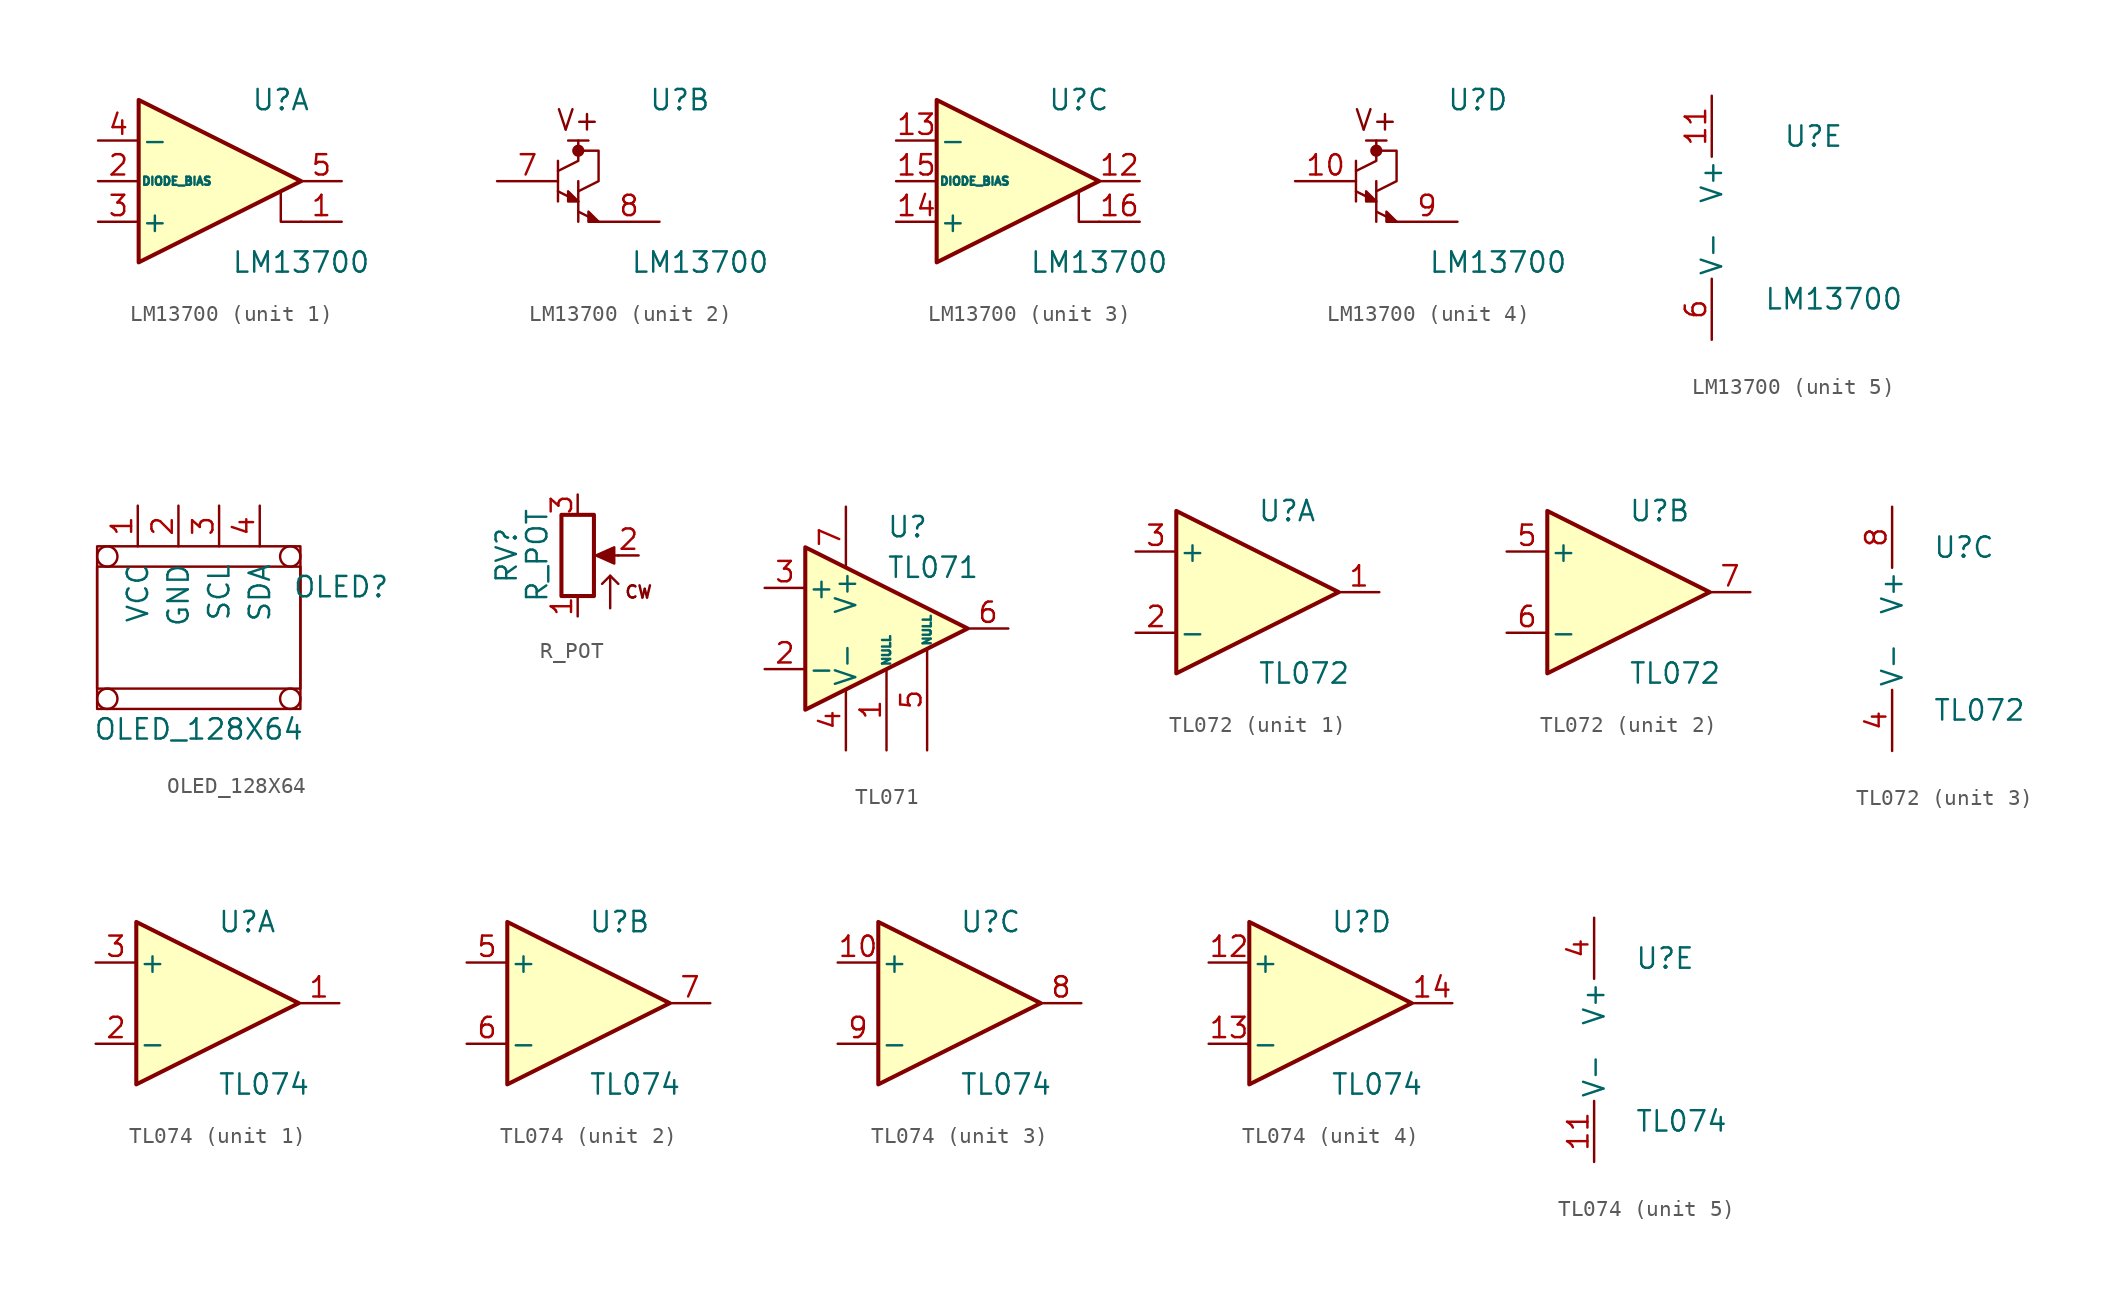
<source format=kicad_sym>
(kicad_symbol_lib
  (version 20211014)
  (generator kicad_symbol_editor)
  (symbol "LM13700"
    (pin_names
      (offset 0.127))
    (property "Reference" "U"
      (at 3.81 5.08 0)
      (effects (font (size 1.27 1.27))))
    (property "Value" "LM13700"
      (at 5.08 -5.08 0)
      (effects (font (size 1.27 1.27))))
    (property "ki_locked" ""
      (at 0 0 0)
      (effects (font (size 1.27 1.27))))
    (symbol "LM13700_1_1"
      (polyline (pts (xy 3.81 -0.635) (xy 3.81 -2.54) (xy 5.08 -2.54)) (stroke (width 0) (type default) (color 0 0 0 0)) (fill (type none)))
      (polyline (pts (xy 5.08 0) (xy -5.08 -5.08) (xy -5.08 5.08) (xy 5.08 0)) (stroke (width 0.254) (type default) (color 0 0 0 0)) (fill (type background)))
      (pin input line (at 7.62 -2.54 180) (length 2.54) (name "~" (effects (font (size 1.27 1.27)))) (number "1" (effects (font (size 1.27 1.27)))))
      (pin input line (at -7.62 0 0) (length 2.54) (name "DIODE_BIAS" (effects (font (size 0.508 0.508)))) (number "2" (effects (font (size 1.27 1.27)))))
      (pin input line (at -7.62 -2.54 0) (length 2.54) (name "+" (effects (font (size 1.27 1.27)))) (number "3" (effects (font (size 1.27 1.27)))))
      (pin input line (at -7.62 2.54 0) (length 2.54) (name "-" (effects (font (size 1.27 1.27)))) (number "4" (effects (font (size 1.27 1.27)))))
      (pin output line (at 7.62 0 180) (length 2.54) (name "~" (effects (font (size 1.27 1.27)))) (number "5" (effects (font (size 1.27 1.27))))))
    (symbol "LM13700_2_0"
      (polyline (pts (xy -1.905 2.54) (xy -3.175 2.54)) (stroke (width 0) (type default) (color 0 0 0 0)) (fill (type none))))
    (symbol "LM13700_2_1"
      (circle (center -2.54 1.905) (radius 0.254) (stroke (width 0.254) (type default) (color 0 0 0 0)) (fill (type outline)))
      (polyline (pts (xy -3.81 -0.635) (xy -2.54 -1.27)) (stroke (width 0) (type default) (color 0 0 0 0)) (fill (type none)))
      (polyline (pts (xy -3.81 1.27) (xy -3.81 -1.27)) (stroke (width 0) (type default) (color 0 0 0 0)) (fill (type none)))
      (polyline (pts (xy -2.54 -1.905) (xy -1.27 -2.54)) (stroke (width 0) (type default) (color 0 0 0 0)) (fill (type none)))
      (polyline (pts (xy -2.54 0) (xy -2.54 -2.54)) (stroke (width 0) (type default) (color 0 0 0 0)) (fill (type none)))
      (polyline (pts (xy -3.81 0.635) (xy -2.54 1.27) (xy -2.54 1.905) (xy -2.54 2.54)) (stroke (width 0) (type default) (color 0 0 0 0)) (fill (type none)))
      (polyline (pts (xy -2.54 -1.27) (xy -3.175 -0.635) (xy -3.175 -1.27) (xy -2.54 -1.27)) (stroke (width 0) (type default) (color 0 0 0 0)) (fill (type outline)))
      (polyline (pts (xy -2.54 -0.635) (xy -1.27 0) (xy -1.27 1.905) (xy -2.54 1.905)) (stroke (width 0) (type default) (color 0 0 0 0)) (fill (type none)))
      (polyline (pts (xy -1.27 -2.54) (xy -1.905 -1.905) (xy -1.905 -2.54) (xy -1.27 -2.54)) (stroke (width 0) (type default) (color 0 0 0 0)) (fill (type outline)))
      (text "V+" (at -2.54 3.81 0) (effects (font (size 1.27 1.27))))
      (pin input line (at -7.62 0 0) (length 3.81) (name "~" (effects (font (size 1.27 1.27)))) (number "7" (effects (font (size 1.27 1.27)))))
      (pin output line (at 2.54 -2.54 180) (length 3.81) (name "~" (effects (font (size 1.27 1.27)))) (number "8" (effects (font (size 1.27 1.27))))))
    (symbol "LM13700_3_1"
      (polyline (pts (xy 3.81 -0.635) (xy 3.81 -2.54) (xy 5.08 -2.54)) (stroke (width 0) (type default) (color 0 0 0 0)) (fill (type none)))
      (polyline (pts (xy 5.08 0) (xy -5.08 -5.08) (xy -5.08 5.08) (xy 5.08 0)) (stroke (width 0.254) (type default) (color 0 0 0 0)) (fill (type background)))
      (pin output line (at 7.62 0 180) (length 2.54) (name "~" (effects (font (size 1.27 1.27)))) (number "12" (effects (font (size 1.27 1.27)))))
      (pin input line (at -7.62 2.54 0) (length 2.54) (name "-" (effects (font (size 1.27 1.27)))) (number "13" (effects (font (size 1.27 1.27)))))
      (pin input line (at -7.62 -2.54 0) (length 2.54) (name "+" (effects (font (size 1.27 1.27)))) (number "14" (effects (font (size 1.27 1.27)))))
      (pin input line (at -7.62 0 0) (length 2.54) (name "DIODE_BIAS" (effects (font (size 0.508 0.508)))) (number "15" (effects (font (size 1.27 1.27)))))
      (pin input line (at 7.62 -2.54 180) (length 2.54) (name "~" (effects (font (size 1.27 1.27)))) (number "16" (effects (font (size 1.27 1.27))))))
    (symbol "LM13700_4_0"
      (polyline (pts (xy -3.175 2.54) (xy -1.905 2.54)) (stroke (width 0) (type default) (color 0 0 0 0)) (fill (type none)))
      (text "V+" (at -2.54 3.81 0) (effects (font (size 1.27 1.27)))))
    (symbol "LM13700_4_1"
      (circle (center -2.54 1.905) (radius 0.254) (stroke (width 0.254) (type default) (color 0 0 0 0)) (fill (type outline)))
      (polyline (pts (xy -3.81 -0.635) (xy -2.54 -1.27)) (stroke (width 0) (type default) (color 0 0 0 0)) (fill (type none)))
      (polyline (pts (xy -3.81 1.27) (xy -3.81 -1.27)) (stroke (width 0) (type default) (color 0 0 0 0)) (fill (type none)))
      (polyline (pts (xy -2.54 -1.905) (xy -1.27 -2.54)) (stroke (width 0) (type default) (color 0 0 0 0)) (fill (type none)))
      (polyline (pts (xy -2.54 0) (xy -2.54 -2.54)) (stroke (width 0) (type default) (color 0 0 0 0)) (fill (type none)))
      (polyline (pts (xy -3.81 0.635) (xy -2.54 1.27) (xy -2.54 2.54)) (stroke (width 0) (type default) (color 0 0 0 0)) (fill (type none)))
      (polyline (pts (xy -2.54 -1.27) (xy -3.175 -0.635) (xy -3.175 -1.27) (xy -2.54 -1.27)) (stroke (width 0) (type default) (color 0 0 0 0)) (fill (type outline)))
      (polyline (pts (xy -2.54 -0.635) (xy -1.27 0) (xy -1.27 1.905) (xy -2.54 1.905)) (stroke (width 0) (type default) (color 0 0 0 0)) (fill (type none)))
      (polyline (pts (xy -1.27 -2.54) (xy -1.905 -1.905) (xy -1.905 -2.54) (xy -1.27 -2.54)) (stroke (width 0) (type default) (color 0 0 0 0)) (fill (type outline)))
      (pin input line (at -7.62 0 0) (length 3.81) (name "~" (effects (font (size 1.27 1.27)))) (number "10" (effects (font (size 1.27 1.27)))))
      (pin output line (at 2.54 -2.54 180) (length 3.81) (name "~" (effects (font (size 1.27 1.27)))) (number "9" (effects (font (size 1.27 1.27))))))
    (symbol "LM13700_5_1"
      (pin power_in line (at -2.54 7.62 270) (length 3.81) (name "V+" (effects (font (size 1.27 1.27)))) (number "11" (effects (font (size 1.27 1.27)))))
      (pin power_in line (at -2.54 -7.62 90) (length 3.81) (name "V-" (effects (font (size 1.27 1.27)))) (number "6" (effects (font (size 1.27 1.27)))))))
  (symbol "OLED_128X64"
    (pin_names
      (offset 1.016))
    (property "Reference" "OLED"
      (at 8.89 2.54 0)
      (effects (font (size 1.27 1.27))))
    (property "Value" "OLED_128X64"
      (at 0 -6.35 0)
      (effects (font (size 1.27 1.27))))
    (symbol "OLED_128X64_0_1"
      (rectangle (start -6.35 5.08) (end 6.35 -5.08) (stroke (width 0) (type default) (color 0 0 0 0)) (fill (type none)))
      (circle (center -5.715 -4.445) (radius 0.635) (stroke (width 0) (type default) (color 0 0 0 0)) (fill (type none)))
      (circle (center -5.715 4.445) (radius 0.635) (stroke (width 0) (type default) (color 0 0 0 0)) (fill (type none)))
      (circle (center 5.715 -4.445) (radius 0.635) (stroke (width 0) (type default) (color 0 0 0 0)) (fill (type none)))
      (circle (center 5.715 4.445) (radius 0.635) (stroke (width 0) (type default) (color 0 0 0 0)) (fill (type none)))
      (rectangle (start 6.35 3.81) (end -6.35 -3.81) (stroke (width 0) (type default) (color 0 0 0 0)) (fill (type none))))
    (symbol "OLED_128X64_1_1"
      (pin power_in line (at -3.81 7.62 270) (length 2.54) (name "VCC" (effects (font (size 1.27 1.27)))) (number "1" (effects (font (size 1.27 1.27)))))
      (pin power_in line (at -1.27 7.62 270) (length 2.54) (name "GND" (effects (font (size 1.27 1.27)))) (number "2" (effects (font (size 1.27 1.27)))))
      (pin input line (at 1.27 7.62 270) (length 2.54) (name "SCL" (effects (font (size 1.27 1.27)))) (number "3" (effects (font (size 1.27 1.27)))))
      (pin input line (at 3.81 7.62 270) (length 2.54) (name "SDA" (effects (font (size 1.27 1.27)))) (number "4" (effects (font (size 1.27 1.27)))))))
  (symbol "R_POT"
    (pin_names
      (offset 1.016) hide)
    (property "Reference" "RV"
      (at -4.445 0 90)
      (effects (font (size 1.27 1.27))))
    (property "Value" "R_POT"
      (at -2.54 0 90)
      (effects (font (size 1.27 1.27))))
    (symbol "R_POT_0_0"
      (text "CW" (at 3.81 -2.286 0) (effects (font (size 0.762 0.762)))))
    (symbol "R_POT_0_1"
      (rectangle (start -1.016 2.54) (end 1.016 -2.54) (stroke (width 0.254) (type default) (color 0 0 0 0)) (fill (type none)))
      (polyline (pts (xy 2.032 -3.302) (xy 2.032 -1.27)) (stroke (width 0.152) (type default) (color 0 0 0 0)) (fill (type none)))
      (polyline (pts (xy 2.54 0) (xy 1.524 0)) (stroke (width 0) (type default) (color 0 0 0 0)) (fill (type none)))
      (polyline (pts (xy 2.54 -1.778) (xy 2.032 -1.27) (xy 1.524 -1.778)) (stroke (width 0.152) (type default) (color 0 0 0 0)) (fill (type none)))
      (polyline (pts (xy 1.143 0) (xy 2.286 -0.508) (xy 2.286 0.508) (xy 1.143 0)) (stroke (width 0) (type default) (color 0 0 0 0)) (fill (type outline))))
    (symbol "R_POT_1_1"
      (pin passive line (at 0 -3.81 90) (length 1.27) (name "1" (effects (font (size 1.27 1.27)))) (number "1" (effects (font (size 1.27 1.27)))))
      (pin passive line (at 3.81 0 180) (length 1.27) (name "2" (effects (font (size 1.27 1.27)))) (number "2" (effects (font (size 1.27 1.27)))))
      (pin passive line (at 0 3.81 270) (length 1.27) (name "3" (effects (font (size 1.27 1.27)))) (number "3" (effects (font (size 1.27 1.27)))))))
  (symbol "TL071"
    (pin_names
      (offset 0.127))
    (property "Reference" "U"
      (at 0 6.35 0)
      (effects (font (size 1.27 1.27)) (justify left)))
    (property "Value" "TL071"
      (at 0 3.81 0)
      (effects (font (size 1.27 1.27)) (justify left)))
    (symbol "TL071_0_1"
      (polyline (pts (xy -5.08 5.08) (xy 5.08 0) (xy -5.08 -5.08) (xy -5.08 5.08)) (stroke (width 0.254) (type default) (color 0 0 0 0)) (fill (type background))))
    (symbol "TL071_1_1"
      (pin input line (at 0 -7.62 90) (length 5.08) (name "NULL" (effects (font (size 0.508 0.508)))) (number "1" (effects (font (size 1.27 1.27)))))
      (pin input line (at -7.62 -2.54 0) (length 2.54) (name "-" (effects (font (size 1.27 1.27)))) (number "2" (effects (font (size 1.27 1.27)))))
      (pin input line (at -7.62 2.54 0) (length 2.54) (name "+" (effects (font (size 1.27 1.27)))) (number "3" (effects (font (size 1.27 1.27)))))
      (pin power_in line (at -2.54 -7.62 90) (length 3.81) (name "V-" (effects (font (size 1.27 1.27)))) (number "4" (effects (font (size 1.27 1.27)))))
      (pin input line (at 2.54 -7.62 90) (length 6.35) (name "NULL" (effects (font (size 0.508 0.508)))) (number "5" (effects (font (size 1.27 1.27)))))
      (pin output line (at 7.62 0 180) (length 2.54) (name "~" (effects (font (size 1.27 1.27)))) (number "6" (effects (font (size 1.27 1.27)))))
      (pin power_in line (at -2.54 7.62 270) (length 3.81) (name "V+" (effects (font (size 1.27 1.27)))) (number "7" (effects (font (size 1.27 1.27)))))
      (pin no_connect line (at 0 2.54 270) (length 2.54) hide (name "NC" (effects (font (size 1.27 1.27)))) (number "8" (effects (font (size 1.27 1.27)))))))
  (symbol "TL072"
    (pin_names
      (offset 0.127))
    (property "Reference" "U"
      (at 0 5.08 0)
      (effects (font (size 1.27 1.27)) (justify left)))
    (property "Value" "TL072"
      (at 0 -5.08 0)
      (effects (font (size 1.27 1.27)) (justify left)))
    (property "ki_locked" ""
      (at 0 0 0)
      (effects (font (size 1.27 1.27))))
    (symbol "TL072_1_1"
      (polyline (pts (xy -5.08 5.08) (xy 5.08 0) (xy -5.08 -5.08) (xy -5.08 5.08)) (stroke (width 0.254) (type default) (color 0 0 0 0)) (fill (type background)))
      (pin output line (at 7.62 0 180) (length 2.54) (name "~" (effects (font (size 1.27 1.27)))) (number "1" (effects (font (size 1.27 1.27)))))
      (pin input line (at -7.62 -2.54 0) (length 2.54) (name "-" (effects (font (size 1.27 1.27)))) (number "2" (effects (font (size 1.27 1.27)))))
      (pin input line (at -7.62 2.54 0) (length 2.54) (name "+" (effects (font (size 1.27 1.27)))) (number "3" (effects (font (size 1.27 1.27))))))
    (symbol "TL072_2_1"
      (polyline (pts (xy -5.08 5.08) (xy 5.08 0) (xy -5.08 -5.08) (xy -5.08 5.08)) (stroke (width 0.254) (type default) (color 0 0 0 0)) (fill (type background)))
      (pin input line (at -7.62 2.54 0) (length 2.54) (name "+" (effects (font (size 1.27 1.27)))) (number "5" (effects (font (size 1.27 1.27)))))
      (pin input line (at -7.62 -2.54 0) (length 2.54) (name "-" (effects (font (size 1.27 1.27)))) (number "6" (effects (font (size 1.27 1.27)))))
      (pin output line (at 7.62 0 180) (length 2.54) (name "~" (effects (font (size 1.27 1.27)))) (number "7" (effects (font (size 1.27 1.27))))))
    (symbol "TL072_3_1"
      (pin power_in line (at -2.54 -7.62 90) (length 3.81) (name "V-" (effects (font (size 1.27 1.27)))) (number "4" (effects (font (size 1.27 1.27)))))
      (pin power_in line (at -2.54 7.62 270) (length 3.81) (name "V+" (effects (font (size 1.27 1.27)))) (number "8" (effects (font (size 1.27 1.27)))))))
  (symbol "TL074"
    (pin_names
      (offset 0.127))
    (property "Reference" "U"
      (at 0 5.08 0)
      (effects (font (size 1.27 1.27)) (justify left)))
    (property "Value" "TL074"
      (at 0 -5.08 0)
      (effects (font (size 1.27 1.27)) (justify left)))
    (property "ki_locked" ""
      (at 0 0 0)
      (effects (font (size 1.27 1.27))))
    (symbol "TL074_1_1"
      (polyline (pts (xy -5.08 5.08) (xy 5.08 0) (xy -5.08 -5.08) (xy -5.08 5.08)) (stroke (width 0.254) (type default) (color 0 0 0 0)) (fill (type background)))
      (pin output line (at 7.62 0 180) (length 2.54) (name "~" (effects (font (size 1.27 1.27)))) (number "1" (effects (font (size 1.27 1.27)))))
      (pin input line (at -7.62 -2.54 0) (length 2.54) (name "-" (effects (font (size 1.27 1.27)))) (number "2" (effects (font (size 1.27 1.27)))))
      (pin input line (at -7.62 2.54 0) (length 2.54) (name "+" (effects (font (size 1.27 1.27)))) (number "3" (effects (font (size 1.27 1.27))))))
    (symbol "TL074_2_1"
      (polyline (pts (xy -5.08 5.08) (xy 5.08 0) (xy -5.08 -5.08) (xy -5.08 5.08)) (stroke (width 0.254) (type default) (color 0 0 0 0)) (fill (type background)))
      (pin input line (at -7.62 2.54 0) (length 2.54) (name "+" (effects (font (size 1.27 1.27)))) (number "5" (effects (font (size 1.27 1.27)))))
      (pin input line (at -7.62 -2.54 0) (length 2.54) (name "-" (effects (font (size 1.27 1.27)))) (number "6" (effects (font (size 1.27 1.27)))))
      (pin output line (at 7.62 0 180) (length 2.54) (name "~" (effects (font (size 1.27 1.27)))) (number "7" (effects (font (size 1.27 1.27))))))
    (symbol "TL074_3_1"
      (polyline (pts (xy -5.08 5.08) (xy 5.08 0) (xy -5.08 -5.08) (xy -5.08 5.08)) (stroke (width 0.254) (type default) (color 0 0 0 0)) (fill (type background)))
      (pin input line (at -7.62 2.54 0) (length 2.54) (name "+" (effects (font (size 1.27 1.27)))) (number "10" (effects (font (size 1.27 1.27)))))
      (pin output line (at 7.62 0 180) (length 2.54) (name "~" (effects (font (size 1.27 1.27)))) (number "8" (effects (font (size 1.27 1.27)))))
      (pin input line (at -7.62 -2.54 0) (length 2.54) (name "-" (effects (font (size 1.27 1.27)))) (number "9" (effects (font (size 1.27 1.27))))))
    (symbol "TL074_4_1"
      (polyline (pts (xy -5.08 5.08) (xy 5.08 0) (xy -5.08 -5.08) (xy -5.08 5.08)) (stroke (width 0.254) (type default) (color 0 0 0 0)) (fill (type background)))
      (pin input line (at -7.62 2.54 0) (length 2.54) (name "+" (effects (font (size 1.27 1.27)))) (number "12" (effects (font (size 1.27 1.27)))))
      (pin input line (at -7.62 -2.54 0) (length 2.54) (name "-" (effects (font (size 1.27 1.27)))) (number "13" (effects (font (size 1.27 1.27)))))
      (pin output line (at 7.62 0 180) (length 2.54) (name "~" (effects (font (size 1.27 1.27)))) (number "14" (effects (font (size 1.27 1.27))))))
    (symbol "TL074_5_1"
      (pin power_in line (at -2.54 -7.62 90) (length 3.81) (name "V-" (effects (font (size 1.27 1.27)))) (number "11" (effects (font (size 1.27 1.27)))))
      (pin power_in line (at -2.54 7.62 270) (length 3.81) (name "V+" (effects (font (size 1.27 1.27)))) (number "4" (effects (font (size 1.27 1.27))))))))
</source>
